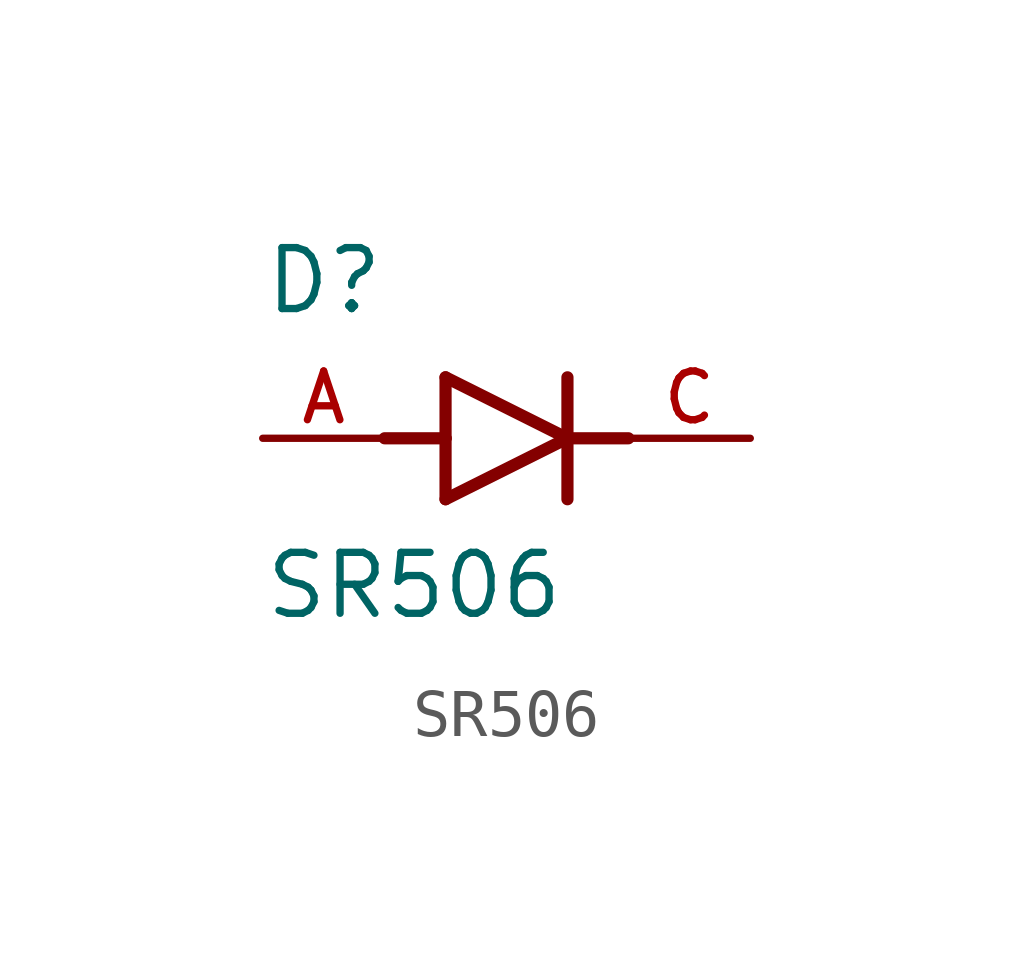
<source format=kicad_sym>
(kicad_symbol_lib
  (version 20211014)
  (generator kicad_symbol_editor)
  (symbol "SR506"
    (pin_names
      (offset 1.016))
    (property "Reference" "D"
      (at -5.08 2.54 0)
      (effects (font (size 1.27 1.27)) (justify bottom left)))
    (property "Value" "SR506"
      (at -5.08 -3.81 0)
      (effects (font (size 1.27 1.27)) (justify bottom left)))
    (symbol "SR506_0_0"
      (polyline (pts (xy -1.27 -1.27) (xy 1.27 0.0)) (stroke (width 0.254)))
      (polyline (pts (xy 1.27 0.0) (xy -1.27 1.27)) (stroke (width 0.254)))
      (polyline (pts (xy 1.27 1.27) (xy 1.27 0.0)) (stroke (width 0.254)))
      (polyline (pts (xy -1.27 1.27) (xy -1.27 0.0)) (stroke (width 0.254)))
      (polyline (pts (xy -1.27 0.0) (xy -1.27 -1.27)) (stroke (width 0.254)))
      (polyline (pts (xy 1.27 0.0) (xy 1.27 -1.27)) (stroke (width 0.254)))
      (polyline (pts (xy -2.54 0.0) (xy -1.27 0.0)) (stroke (width 0.254)))
      (polyline (pts (xy 1.27 0.0) (xy 2.54 0.0)) (stroke (width 0.254)))
      (pin passive line (at 5.08 0.0 180.0) (length 2.54) (name "~" (effects (font (size 1.016 1.016)))) (number "C" (effects (font (size 1.016 1.016)))))
      (pin passive line (at -5.08 0.0 0) (length 2.54) (name "~" (effects (font (size 1.016 1.016)))) (number "A" (effects (font (size 1.016 1.016))))))))
</source>
